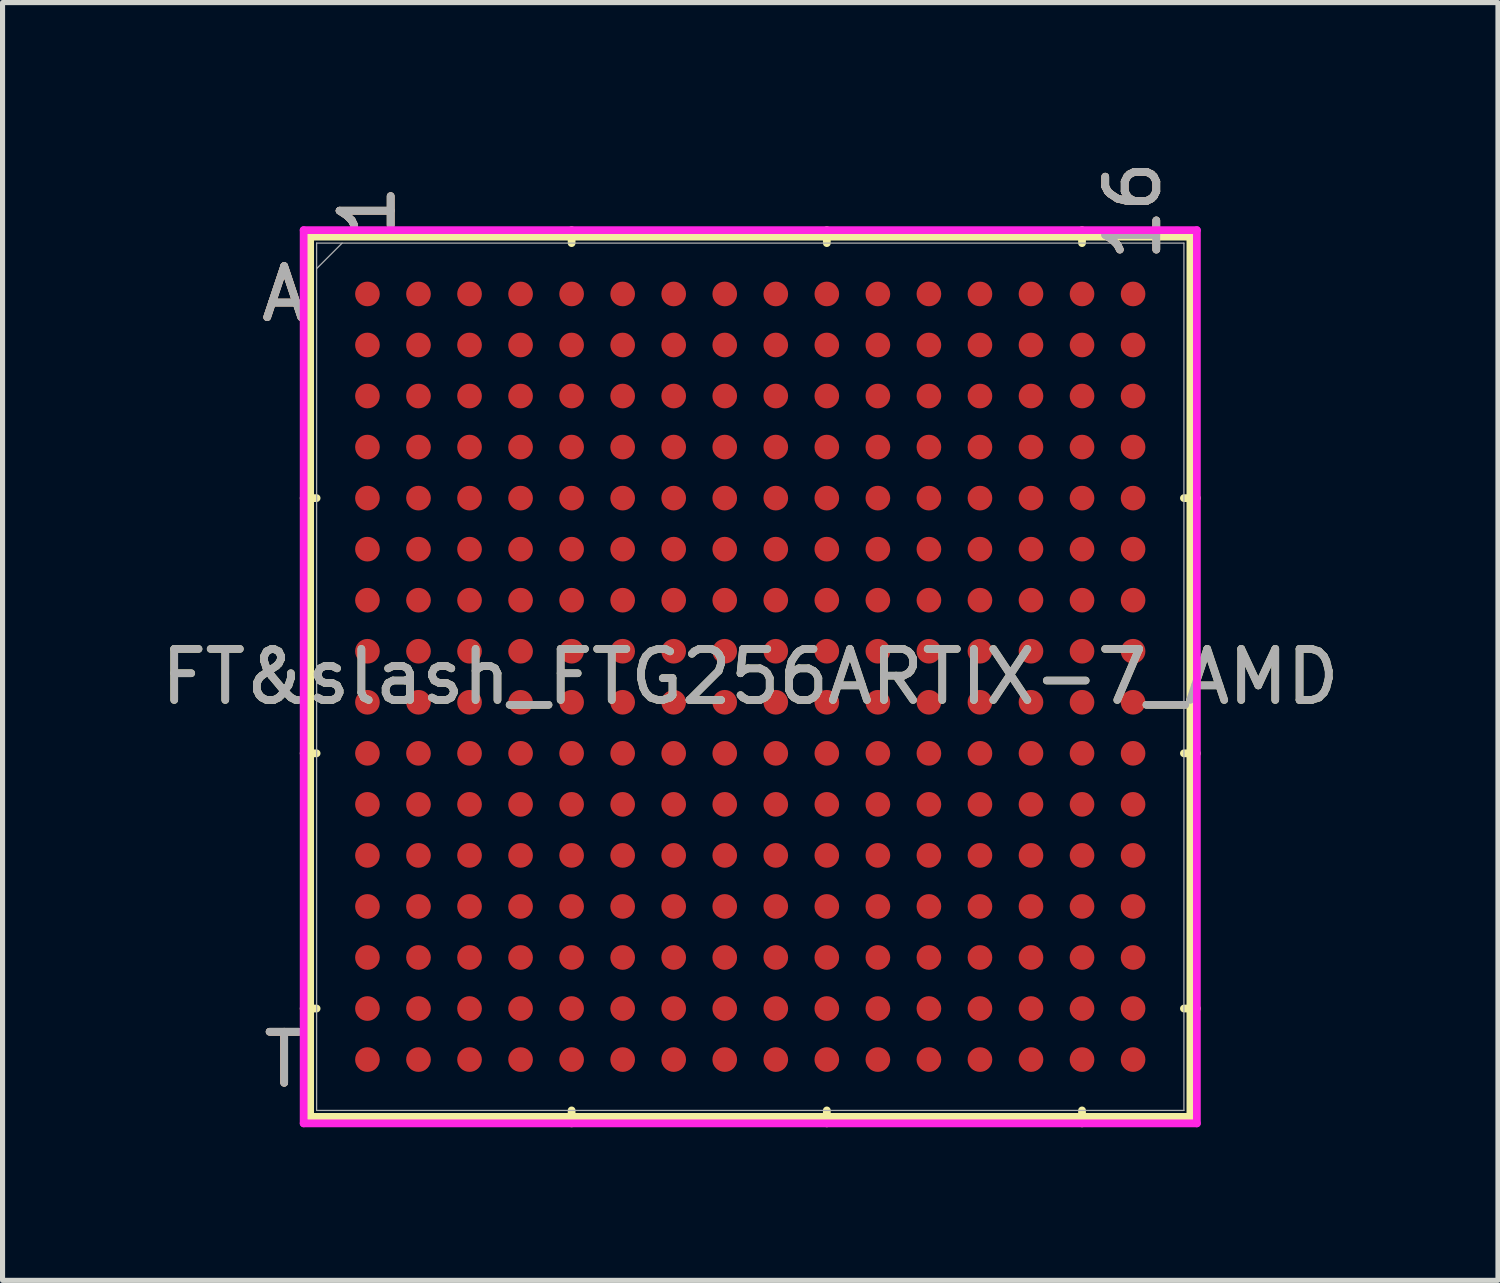
<source format=kicad_pcb>
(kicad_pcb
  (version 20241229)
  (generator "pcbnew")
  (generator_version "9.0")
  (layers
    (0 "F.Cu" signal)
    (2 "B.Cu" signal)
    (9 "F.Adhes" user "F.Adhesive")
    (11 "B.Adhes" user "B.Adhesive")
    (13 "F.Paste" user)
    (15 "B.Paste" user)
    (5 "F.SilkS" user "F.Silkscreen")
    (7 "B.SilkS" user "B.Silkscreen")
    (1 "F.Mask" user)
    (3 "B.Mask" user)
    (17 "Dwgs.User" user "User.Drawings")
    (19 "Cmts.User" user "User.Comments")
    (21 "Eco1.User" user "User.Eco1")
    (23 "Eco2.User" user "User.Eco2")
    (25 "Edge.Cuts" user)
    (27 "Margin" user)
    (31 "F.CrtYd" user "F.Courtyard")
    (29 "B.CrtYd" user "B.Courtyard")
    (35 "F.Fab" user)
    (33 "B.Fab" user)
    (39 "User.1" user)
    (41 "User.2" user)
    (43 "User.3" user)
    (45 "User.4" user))
  (footprint "FT&slash_FTG256ARTIX-7_AMD"
    (layer "F.Cu")
    (at 11.649 10.209)
    (property "Reference" "FT&slash_FTG256ARTIX-7_AMD" (at 0 0 0) (unlocked yes) (layer "F.SilkS") (effects (font (size 1 1) (thickness 0.15))))
    (attr smd)
    (fp_line (start -8.623 -8.623) (end -8.623 8.623) (stroke (width 0.152) (type solid)) (layer "F.SilkS"))
    (fp_line (start -8.623 8.623) (end 8.623 8.623) (stroke (width 0.152) (type solid)) (layer "F.SilkS"))
    (fp_line (start -8.496 -3.5) (end -8.75 -3.5) (stroke (width 0.152) (type solid)) (layer "F.SilkS"))
    (fp_line (start -8.496 1.5) (end -8.75 1.5) (stroke (width 0.152) (type solid)) (layer "F.SilkS"))
    (fp_line (start -8.496 6.5) (end -8.75 6.5) (stroke (width 0.152) (type solid)) (layer "F.SilkS"))
    (fp_line (start -3.5 -8.496) (end -3.5 -8.75) (stroke (width 0.152) (type solid)) (layer "F.SilkS"))
    (fp_line (start -3.5 8.496) (end -3.5 8.75) (stroke (width 0.152) (type solid)) (layer "F.SilkS"))
    (fp_line (start 1.5 -8.496) (end 1.5 -8.75) (stroke (width 0.152) (type solid)) (layer "F.SilkS"))
    (fp_line (start 1.5 8.496) (end 1.5 8.75) (stroke (width 0.152) (type solid)) (layer "F.SilkS"))
    (fp_line (start 6.5 -8.496) (end 6.5 -8.75) (stroke (width 0.152) (type solid)) (layer "F.SilkS"))
    (fp_line (start 6.5 8.496) (end 6.5 8.75) (stroke (width 0.152) (type solid)) (layer "F.SilkS"))
    (fp_line (start 8.496 -3.5) (end 8.75 -3.5) (stroke (width 0.152) (type solid)) (layer "F.SilkS"))
    (fp_line (start 8.496 1.5) (end 8.75 1.5) (stroke (width 0.152) (type solid)) (layer "F.SilkS"))
    (fp_line (start 8.496 6.5) (end 8.75 6.5) (stroke (width 0.152) (type solid)) (layer "F.SilkS"))
    (fp_line (start 8.623 -8.623) (end -8.623 -8.623) (stroke (width 0.152) (type solid)) (layer "F.SilkS"))
    (fp_line (start 8.623 8.623) (end 8.623 -8.623) (stroke (width 0.152) (type solid)) (layer "F.SilkS"))
    (fp_poly (pts (xy -8.508 -8.508) (xy 8.508 -8.508) (xy 8.508 8.508) (xy -8.508 8.508)) (stroke (width 0.1) (type solid)) (fill no) (layer "Eco2.User"))
    (fp_line (start -8.75 -8.75) (end 8.75 -8.75) (stroke (width 0.152) (type solid)) (layer "F.CrtYd"))
    (fp_line (start -8.75 8.75) (end -8.75 -8.75) (stroke (width 0.152) (type solid)) (layer "F.CrtYd"))
    (fp_line (start 8.75 -8.75) (end 8.75 8.75) (stroke (width 0.152) (type solid)) (layer "F.CrtYd"))
    (fp_line (start 8.75 8.75) (end -8.75 8.75) (stroke (width 0.152) (type solid)) (layer "F.CrtYd"))
    (fp_line (start -8.496 -8.496) (end -8.496 8.496) (stroke (width 0.025) (type solid)) (layer "F.Fab"))
    (fp_line (start -8.496 8.496) (end 8.496 8.496) (stroke (width 0.025) (type solid)) (layer "F.Fab"))
    (fp_line (start -7.996 -8.496) (end -8.496 -7.996) (stroke (width 0.025) (type solid)) (layer "F.Fab"))
    (fp_line (start 8.496 -8.496) (end -8.496 -8.496) (stroke (width 0.025) (type solid)) (layer "F.Fab"))
    (fp_line (start 8.496 8.496) (end 8.496 -8.496) (stroke (width 0.025) (type solid)) (layer "F.Fab"))
    (fp_text user "A" (at -9.131 -7.5 0) (unlocked yes) (layer "F.SilkS") (effects (font (size 1 1) (thickness 0.15))))
    (fp_text user "1" (at -7.5 -9.131 90) (unlocked yes) (layer "F.SilkS") (effects (font (size 1 1) (thickness 0.15))))
    (fp_text user "T" (at -9.131 7.5 0) (unlocked yes) (layer "F.SilkS") (effects (font (size 1 1) (thickness 0.15))))
    (fp_text user "16" (at 7.5 -9.131 90) (unlocked yes) (layer "F.SilkS") (effects (font (size 1 1) (thickness 0.15))))
    (fp_text user "1" (at -7.5 -9.131 90) (unlocked yes) (layer "B.SilkS") (effects (font (size 1 1) (thickness 0.15))))
    (fp_text user "16" (at 7.5 -9.131 90) (unlocked yes) (layer "B.SilkS") (effects (font (size 1 1) (thickness 0.15))))
    (fp_text user "T" (at -9.131 7.5 0) (unlocked yes) (layer "B.SilkS") (effects (font (size 1 1) (thickness 0.15))))
    (fp_text user "A" (at -9.131 -7.5 0) (unlocked yes) (layer "B.SilkS") (effects (font (size 1 1) (thickness 0.15))))
    (fp_text user "1" (at -7.5 -9.131 90) (unlocked yes) (layer "F.Fab") (effects (font (size 1 1) (thickness 0.15))))
    (fp_text user "16" (at 7.5 -9.131 90) (unlocked yes) (layer "F.Fab") (effects (font (size 1 1) (thickness 0.15))))
    (fp_text user "${REFERENCE}" (at 0 0 0) (unlocked yes) (layer "F.Fab") (effects (font (size 1 1) (thickness 0.15))))
    (fp_text user "T" (at -9.131 7.5 0) (unlocked yes) (layer "F.Fab") (effects (font (size 1 1) (thickness 0.15))))
    (fp_text user "A" (at -9.131 -7.5 0) (unlocked yes) (layer "F.Fab") (effects (font (size 1 1) (thickness 0.15))))
    (pad "A1" smd circle (at -7.5 -7.5) (size 0.483 0.483) (layers "F.Cu" "F.Mask" "F.Paste"))
    (pad "A2" smd circle (at -6.5 -7.5) (size 0.483 0.483) (layers "F.Cu" "F.Mask" "F.Paste"))
    (pad "A3" smd circle (at -5.5 -7.5) (size 0.483 0.483) (layers "F.Cu" "F.Mask" "F.Paste"))
    (pad "A4" smd circle (at -4.5 -7.5) (size 0.483 0.483) (layers "F.Cu" "F.Mask" "F.Paste"))
    (pad "A5" smd circle (at -3.5 -7.5) (size 0.483 0.483) (layers "F.Cu" "F.Mask" "F.Paste"))
    (pad "A6" smd circle (at -2.5 -7.5) (size 0.483 0.483) (layers "F.Cu" "F.Mask" "F.Paste"))
    (pad "A7" smd circle (at -1.5 -7.5) (size 0.483 0.483) (layers "F.Cu" "F.Mask" "F.Paste"))
    (pad "A8" smd circle (at -0.5 -7.5) (size 0.483 0.483) (layers "F.Cu" "F.Mask" "F.Paste"))
    (pad "A9" smd circle (at 0.5 -7.5) (size 0.483 0.483) (layers "F.Cu" "F.Mask" "F.Paste"))
    (pad "A10" smd circle (at 1.5 -7.5) (size 0.483 0.483) (layers "F.Cu" "F.Mask" "F.Paste"))
    (pad "A11" smd circle (at 2.5 -7.5) (size 0.483 0.483) (layers "F.Cu" "F.Mask" "F.Paste"))
    (pad "A12" smd circle (at 3.5 -7.5) (size 0.483 0.483) (layers "F.Cu" "F.Mask" "F.Paste"))
    (pad "A13" smd circle (at 4.5 -7.5) (size 0.483 0.483) (layers "F.Cu" "F.Mask" "F.Paste"))
    (pad "A14" smd circle (at 5.5 -7.5) (size 0.483 0.483) (layers "F.Cu" "F.Mask" "F.Paste"))
    (pad "A15" smd circle (at 6.5 -7.5) (size 0.483 0.483) (layers "F.Cu" "F.Mask" "F.Paste"))
    (pad "A16" smd circle (at 7.5 -7.5) (size 0.483 0.483) (layers "F.Cu" "F.Mask" "F.Paste"))
    (pad "B1" smd circle (at -7.5 -6.5) (size 0.483 0.483) (layers "F.Cu" "F.Mask" "F.Paste"))
    (pad "B2" smd circle (at -6.5 -6.5) (size 0.483 0.483) (layers "F.Cu" "F.Mask" "F.Paste"))
    (pad "B3" smd circle (at -5.5 -6.5) (size 0.483 0.483) (layers "F.Cu" "F.Mask" "F.Paste"))
    (pad "B4" smd circle (at -4.5 -6.5) (size 0.483 0.483) (layers "F.Cu" "F.Mask" "F.Paste"))
    (pad "B5" smd circle (at -3.5 -6.5) (size 0.483 0.483) (layers "F.Cu" "F.Mask" "F.Paste"))
    (pad "B6" smd circle (at -2.5 -6.5) (size 0.483 0.483) (layers "F.Cu" "F.Mask" "F.Paste"))
    (pad "B7" smd circle (at -1.5 -6.5) (size 0.483 0.483) (layers "F.Cu" "F.Mask" "F.Paste"))
    (pad "B8" smd circle (at -0.5 -6.5) (size 0.483 0.483) (layers "F.Cu" "F.Mask" "F.Paste"))
    (pad "B9" smd circle (at 0.5 -6.5) (size 0.483 0.483) (layers "F.Cu" "F.Mask" "F.Paste"))
    (pad "B10" smd circle (at 1.5 -6.5) (size 0.483 0.483) (layers "F.Cu" "F.Mask" "F.Paste"))
    (pad "B11" smd circle (at 2.5 -6.5) (size 0.483 0.483) (layers "F.Cu" "F.Mask" "F.Paste"))
    (pad "B12" smd circle (at 3.5 -6.5) (size 0.483 0.483) (layers "F.Cu" "F.Mask" "F.Paste"))
    (pad "B13" smd circle (at 4.5 -6.5) (size 0.483 0.483) (layers "F.Cu" "F.Mask" "F.Paste"))
    (pad "B14" smd circle (at 5.5 -6.5) (size 0.483 0.483) (layers "F.Cu" "F.Mask" "F.Paste"))
    (pad "B15" smd circle (at 6.5 -6.5) (size 0.483 0.483) (layers "F.Cu" "F.Mask" "F.Paste"))
    (pad "B16" smd circle (at 7.5 -6.5) (size 0.483 0.483) (layers "F.Cu" "F.Mask" "F.Paste"))
    (pad "C1" smd circle (at -7.5 -5.5) (size 0.483 0.483) (layers "F.Cu" "F.Mask" "F.Paste"))
    (pad "C2" smd circle (at -6.5 -5.5) (size 0.483 0.483) (layers "F.Cu" "F.Mask" "F.Paste"))
    (pad "C3" smd circle (at -5.5 -5.5) (size 0.483 0.483) (layers "F.Cu" "F.Mask" "F.Paste"))
    (pad "C4" smd circle (at -4.5 -5.5) (size 0.483 0.483) (layers "F.Cu" "F.Mask" "F.Paste"))
    (pad "C5" smd circle (at -3.5 -5.5) (size 0.483 0.483) (layers "F.Cu" "F.Mask" "F.Paste"))
    (pad "C6" smd circle (at -2.5 -5.5) (size 0.483 0.483) (layers "F.Cu" "F.Mask" "F.Paste"))
    (pad "C7" smd circle (at -1.5 -5.5) (size 0.483 0.483) (layers "F.Cu" "F.Mask" "F.Paste"))
    (pad "C8" smd circle (at -0.5 -5.5) (size 0.483 0.483) (layers "F.Cu" "F.Mask" "F.Paste"))
    (pad "C9" smd circle (at 0.5 -5.5) (size 0.483 0.483) (layers "F.Cu" "F.Mask" "F.Paste"))
    (pad "C10" smd circle (at 1.5 -5.5) (size 0.483 0.483) (layers "F.Cu" "F.Mask" "F.Paste"))
    (pad "C11" smd circle (at 2.5 -5.5) (size 0.483 0.483) (layers "F.Cu" "F.Mask" "F.Paste"))
    (pad "C12" smd circle (at 3.5 -5.5) (size 0.483 0.483) (layers "F.Cu" "F.Mask" "F.Paste"))
    (pad "C13" smd circle (at 4.5 -5.5) (size 0.483 0.483) (layers "F.Cu" "F.Mask" "F.Paste"))
    (pad "C14" smd circle (at 5.5 -5.5) (size 0.483 0.483) (layers "F.Cu" "F.Mask" "F.Paste"))
    (pad "C15" smd circle (at 6.5 -5.5) (size 0.483 0.483) (layers "F.Cu" "F.Mask" "F.Paste"))
    (pad "C16" smd circle (at 7.5 -5.5) (size 0.483 0.483) (layers "F.Cu" "F.Mask" "F.Paste"))
    (pad "D1" smd circle (at -7.5 -4.5) (size 0.483 0.483) (layers "F.Cu" "F.Mask" "F.Paste"))
    (pad "D2" smd circle (at -6.5 -4.5) (size 0.483 0.483) (layers "F.Cu" "F.Mask" "F.Paste"))
    (pad "D3" smd circle (at -5.5 -4.5) (size 0.483 0.483) (layers "F.Cu" "F.Mask" "F.Paste"))
    (pad "D4" smd circle (at -4.5 -4.5) (size 0.483 0.483) (layers "F.Cu" "F.Mask" "F.Paste"))
    (pad "D5" smd circle (at -3.5 -4.5) (size 0.483 0.483) (layers "F.Cu" "F.Mask" "F.Paste"))
    (pad "D6" smd circle (at -2.5 -4.5) (size 0.483 0.483) (layers "F.Cu" "F.Mask" "F.Paste"))
    (pad "D7" smd circle (at -1.5 -4.5) (size 0.483 0.483) (layers "F.Cu" "F.Mask" "F.Paste"))
    (pad "D8" smd circle (at -0.5 -4.5) (size 0.483 0.483) (layers "F.Cu" "F.Mask" "F.Paste"))
    (pad "D9" smd circle (at 0.5 -4.5) (size 0.483 0.483) (layers "F.Cu" "F.Mask" "F.Paste"))
    (pad "D10" smd circle (at 1.5 -4.5) (size 0.483 0.483) (layers "F.Cu" "F.Mask" "F.Paste"))
    (pad "D11" smd circle (at 2.5 -4.5) (size 0.483 0.483) (layers "F.Cu" "F.Mask" "F.Paste"))
    (pad "D12" smd circle (at 3.5 -4.5) (size 0.483 0.483) (layers "F.Cu" "F.Mask" "F.Paste"))
    (pad "D13" smd circle (at 4.5 -4.5) (size 0.483 0.483) (layers "F.Cu" "F.Mask" "F.Paste"))
    (pad "D14" smd circle (at 5.5 -4.5) (size 0.483 0.483) (layers "F.Cu" "F.Mask" "F.Paste"))
    (pad "D15" smd circle (at 6.5 -4.5) (size 0.483 0.483) (layers "F.Cu" "F.Mask" "F.Paste"))
    (pad "D16" smd circle (at 7.5 -4.5) (size 0.483 0.483) (layers "F.Cu" "F.Mask" "F.Paste"))
    (pad "E1" smd circle (at -7.5 -3.5) (size 0.483 0.483) (layers "F.Cu" "F.Mask" "F.Paste"))
    (pad "E2" smd circle (at -6.5 -3.5) (size 0.483 0.483) (layers "F.Cu" "F.Mask" "F.Paste"))
    (pad "E3" smd circle (at -5.5 -3.5) (size 0.483 0.483) (layers "F.Cu" "F.Mask" "F.Paste"))
    (pad "E4" smd circle (at -4.5 -3.5) (size 0.483 0.483) (layers "F.Cu" "F.Mask" "F.Paste"))
    (pad "E5" smd circle (at -3.5 -3.5) (size 0.483 0.483) (layers "F.Cu" "F.Mask" "F.Paste"))
    (pad "E6" smd circle (at -2.5 -3.5) (size 0.483 0.483) (layers "F.Cu" "F.Mask" "F.Paste"))
    (pad "E7" smd circle (at -1.5 -3.5) (size 0.483 0.483) (layers "F.Cu" "F.Mask" "F.Paste"))
    (pad "E8" smd circle (at -0.5 -3.5) (size 0.483 0.483) (layers "F.Cu" "F.Mask" "F.Paste"))
    (pad "E9" smd circle (at 0.5 -3.5) (size 0.483 0.483) (layers "F.Cu" "F.Mask" "F.Paste"))
    (pad "E10" smd circle (at 1.5 -3.5) (size 0.483 0.483) (layers "F.Cu" "F.Mask" "F.Paste"))
    (pad "E11" smd circle (at 2.5 -3.5) (size 0.483 0.483) (layers "F.Cu" "F.Mask" "F.Paste"))
    (pad "E12" smd circle (at 3.5 -3.5) (size 0.483 0.483) (layers "F.Cu" "F.Mask" "F.Paste"))
    (pad "E13" smd circle (at 4.5 -3.5) (size 0.483 0.483) (layers "F.Cu" "F.Mask" "F.Paste"))
    (pad "E14" smd circle (at 5.5 -3.5) (size 0.483 0.483) (layers "F.Cu" "F.Mask" "F.Paste"))
    (pad "E15" smd circle (at 6.5 -3.5) (size 0.483 0.483) (layers "F.Cu" "F.Mask" "F.Paste"))
    (pad "E16" smd circle (at 7.5 -3.5) (size 0.483 0.483) (layers "F.Cu" "F.Mask" "F.Paste"))
    (pad "F1" smd circle (at -7.5 -2.5) (size 0.483 0.483) (layers "F.Cu" "F.Mask" "F.Paste"))
    (pad "F2" smd circle (at -6.5 -2.5) (size 0.483 0.483) (layers "F.Cu" "F.Mask" "F.Paste"))
    (pad "F3" smd circle (at -5.5 -2.5) (size 0.483 0.483) (layers "F.Cu" "F.Mask" "F.Paste"))
    (pad "F4" smd circle (at -4.5 -2.5) (size 0.483 0.483) (layers "F.Cu" "F.Mask" "F.Paste"))
    (pad "F5" smd circle (at -3.5 -2.5) (size 0.483 0.483) (layers "F.Cu" "F.Mask" "F.Paste"))
    (pad "F6" smd circle (at -2.5 -2.5) (size 0.483 0.483) (layers "F.Cu" "F.Mask" "F.Paste"))
    (pad "F7" smd circle (at -1.5 -2.5) (size 0.483 0.483) (layers "F.Cu" "F.Mask" "F.Paste"))
    (pad "F8" smd circle (at -0.5 -2.5) (size 0.483 0.483) (layers "F.Cu" "F.Mask" "F.Paste"))
    (pad "F9" smd circle (at 0.5 -2.5) (size 0.483 0.483) (layers "F.Cu" "F.Mask" "F.Paste"))
    (pad "F10" smd circle (at 1.5 -2.5) (size 0.483 0.483) (layers "F.Cu" "F.Mask" "F.Paste"))
    (pad "F11" smd circle (at 2.5 -2.5) (size 0.483 0.483) (layers "F.Cu" "F.Mask" "F.Paste"))
    (pad "F12" smd circle (at 3.5 -2.5) (size 0.483 0.483) (layers "F.Cu" "F.Mask" "F.Paste"))
    (pad "F13" smd circle (at 4.5 -2.5) (size 0.483 0.483) (layers "F.Cu" "F.Mask" "F.Paste"))
    (pad "F14" smd circle (at 5.5 -2.5) (size 0.483 0.483) (layers "F.Cu" "F.Mask" "F.Paste"))
    (pad "F15" smd circle (at 6.5 -2.5) (size 0.483 0.483) (layers "F.Cu" "F.Mask" "F.Paste"))
    (pad "F16" smd circle (at 7.5 -2.5) (size 0.483 0.483) (layers "F.Cu" "F.Mask" "F.Paste"))
    (pad "G1" smd circle (at -7.5 -1.5) (size 0.483 0.483) (layers "F.Cu" "F.Mask" "F.Paste"))
    (pad "G2" smd circle (at -6.5 -1.5) (size 0.483 0.483) (layers "F.Cu" "F.Mask" "F.Paste"))
    (pad "G3" smd circle (at -5.5 -1.5) (size 0.483 0.483) (layers "F.Cu" "F.Mask" "F.Paste"))
    (pad "G4" smd circle (at -4.5 -1.5) (size 0.483 0.483) (layers "F.Cu" "F.Mask" "F.Paste"))
    (pad "G5" smd circle (at -3.5 -1.5) (size 0.483 0.483) (layers "F.Cu" "F.Mask" "F.Paste"))
    (pad "G6" smd circle (at -2.5 -1.5) (size 0.483 0.483) (layers "F.Cu" "F.Mask" "F.Paste"))
    (pad "G7" smd circle (at -1.5 -1.5) (size 0.483 0.483) (layers "F.Cu" "F.Mask" "F.Paste"))
    (pad "G8" smd circle (at -0.5 -1.5) (size 0.483 0.483) (layers "F.Cu" "F.Mask" "F.Paste"))
    (pad "G9" smd circle (at 0.5 -1.5) (size 0.483 0.483) (layers "F.Cu" "F.Mask" "F.Paste"))
    (pad "G10" smd circle (at 1.5 -1.5) (size 0.483 0.483) (layers "F.Cu" "F.Mask" "F.Paste"))
    (pad "G11" smd circle (at 2.5 -1.5) (size 0.483 0.483) (layers "F.Cu" "F.Mask" "F.Paste"))
    (pad "G12" smd circle (at 3.5 -1.5) (size 0.483 0.483) (layers "F.Cu" "F.Mask" "F.Paste"))
    (pad "G13" smd circle (at 4.5 -1.5) (size 0.483 0.483) (layers "F.Cu" "F.Mask" "F.Paste"))
    (pad "G14" smd circle (at 5.5 -1.5) (size 0.483 0.483) (layers "F.Cu" "F.Mask" "F.Paste"))
    (pad "G15" smd circle (at 6.5 -1.5) (size 0.483 0.483) (layers "F.Cu" "F.Mask" "F.Paste"))
    (pad "G16" smd circle (at 7.5 -1.5) (size 0.483 0.483) (layers "F.Cu" "F.Mask" "F.Paste"))
    (pad "H1" smd circle (at -7.5 -0.5) (size 0.483 0.483) (layers "F.Cu" "F.Mask" "F.Paste"))
    (pad "H2" smd circle (at -6.5 -0.5) (size 0.483 0.483) (layers "F.Cu" "F.Mask" "F.Paste"))
    (pad "H3" smd circle (at -5.5 -0.5) (size 0.483 0.483) (layers "F.Cu" "F.Mask" "F.Paste"))
    (pad "H4" smd circle (at -4.5 -0.5) (size 0.483 0.483) (layers "F.Cu" "F.Mask" "F.Paste"))
    (pad "H5" smd circle (at -3.5 -0.5) (size 0.483 0.483) (layers "F.Cu" "F.Mask" "F.Paste"))
    (pad "H6" smd circle (at -2.5 -0.5) (size 0.483 0.483) (layers "F.Cu" "F.Mask" "F.Paste"))
    (pad "H7" smd circle (at -1.5 -0.5) (size 0.483 0.483) (layers "F.Cu" "F.Mask" "F.Paste"))
    (pad "H8" smd circle (at -0.5 -0.5) (size 0.483 0.483) (layers "F.Cu" "F.Mask" "F.Paste"))
    (pad "H9" smd circle (at 0.5 -0.5) (size 0.483 0.483) (layers "F.Cu" "F.Mask" "F.Paste"))
    (pad "H10" smd circle (at 1.5 -0.5) (size 0.483 0.483) (layers "F.Cu" "F.Mask" "F.Paste"))
    (pad "H11" smd circle (at 2.5 -0.5) (size 0.483 0.483) (layers "F.Cu" "F.Mask" "F.Paste"))
    (pad "H12" smd circle (at 3.5 -0.5) (size 0.483 0.483) (layers "F.Cu" "F.Mask" "F.Paste"))
    (pad "H13" smd circle (at 4.5 -0.5) (size 0.483 0.483) (layers "F.Cu" "F.Mask" "F.Paste"))
    (pad "H14" smd circle (at 5.5 -0.5) (size 0.483 0.483) (layers "F.Cu" "F.Mask" "F.Paste"))
    (pad "H15" smd circle (at 6.5 -0.5) (size 0.483 0.483) (layers "F.Cu" "F.Mask" "F.Paste"))
    (pad "H16" smd circle (at 7.5 -0.5) (size 0.483 0.483) (layers "F.Cu" "F.Mask" "F.Paste"))
    (pad "J1" smd circle (at -7.5 0.5) (size 0.483 0.483) (layers "F.Cu" "F.Mask" "F.Paste"))
    (pad "J2" smd circle (at -6.5 0.5) (size 0.483 0.483) (layers "F.Cu" "F.Mask" "F.Paste"))
    (pad "J3" smd circle (at -5.5 0.5) (size 0.483 0.483) (layers "F.Cu" "F.Mask" "F.Paste"))
    (pad "J4" smd circle (at -4.5 0.5) (size 0.483 0.483) (layers "F.Cu" "F.Mask" "F.Paste"))
    (pad "J5" smd circle (at -3.5 0.5) (size 0.483 0.483) (layers "F.Cu" "F.Mask" "F.Paste"))
    (pad "J6" smd circle (at -2.5 0.5) (size 0.483 0.483) (layers "F.Cu" "F.Mask" "F.Paste"))
    (pad "J7" smd circle (at -1.5 0.5) (size 0.483 0.483) (layers "F.Cu" "F.Mask" "F.Paste"))
    (pad "J8" smd circle (at -0.5 0.5) (size 0.483 0.483) (layers "F.Cu" "F.Mask" "F.Paste"))
    (pad "J9" smd circle (at 0.5 0.5) (size 0.483 0.483) (layers "F.Cu" "F.Mask" "F.Paste"))
    (pad "J10" smd circle (at 1.5 0.5) (size 0.483 0.483) (layers "F.Cu" "F.Mask" "F.Paste"))
    (pad "J11" smd circle (at 2.5 0.5) (size 0.483 0.483) (layers "F.Cu" "F.Mask" "F.Paste"))
    (pad "J12" smd circle (at 3.5 0.5) (size 0.483 0.483) (layers "F.Cu" "F.Mask" "F.Paste"))
    (pad "J13" smd circle (at 4.5 0.5) (size 0.483 0.483) (layers "F.Cu" "F.Mask" "F.Paste"))
    (pad "J14" smd circle (at 5.5 0.5) (size 0.483 0.483) (layers "F.Cu" "F.Mask" "F.Paste"))
    (pad "J15" smd circle (at 6.5 0.5) (size 0.483 0.483) (layers "F.Cu" "F.Mask" "F.Paste"))
    (pad "J16" smd circle (at 7.5 0.5) (size 0.483 0.483) (layers "F.Cu" "F.Mask" "F.Paste"))
    (pad "K1" smd circle (at -7.5 1.5) (size 0.483 0.483) (layers "F.Cu" "F.Mask" "F.Paste"))
    (pad "K2" smd circle (at -6.5 1.5) (size 0.483 0.483) (layers "F.Cu" "F.Mask" "F.Paste"))
    (pad "K3" smd circle (at -5.5 1.5) (size 0.483 0.483) (layers "F.Cu" "F.Mask" "F.Paste"))
    (pad "K4" smd circle (at -4.5 1.5) (size 0.483 0.483) (layers "F.Cu" "F.Mask" "F.Paste"))
    (pad "K5" smd circle (at -3.5 1.5) (size 0.483 0.483) (layers "F.Cu" "F.Mask" "F.Paste"))
    (pad "K6" smd circle (at -2.5 1.5) (size 0.483 0.483) (layers "F.Cu" "F.Mask" "F.Paste"))
    (pad "K7" smd circle (at -1.5 1.5) (size 0.483 0.483) (layers "F.Cu" "F.Mask" "F.Paste"))
    (pad "K8" smd circle (at -0.5 1.5) (size 0.483 0.483) (layers "F.Cu" "F.Mask" "F.Paste"))
    (pad "K9" smd circle (at 0.5 1.5) (size 0.483 0.483) (layers "F.Cu" "F.Mask" "F.Paste"))
    (pad "K10" smd circle (at 1.5 1.5) (size 0.483 0.483) (layers "F.Cu" "F.Mask" "F.Paste"))
    (pad "K11" smd circle (at 2.5 1.5) (size 0.483 0.483) (layers "F.Cu" "F.Mask" "F.Paste"))
    (pad "K12" smd circle (at 3.5 1.5) (size 0.483 0.483) (layers "F.Cu" "F.Mask" "F.Paste"))
    (pad "K13" smd circle (at 4.5 1.5) (size 0.483 0.483) (layers "F.Cu" "F.Mask" "F.Paste"))
    (pad "K14" smd circle (at 5.5 1.5) (size 0.483 0.483) (layers "F.Cu" "F.Mask" "F.Paste"))
    (pad "K15" smd circle (at 6.5 1.5) (size 0.483 0.483) (layers "F.Cu" "F.Mask" "F.Paste"))
    (pad "K16" smd circle (at 7.5 1.5) (size 0.483 0.483) (layers "F.Cu" "F.Mask" "F.Paste"))
    (pad "L1" smd circle (at -7.5 2.5) (size 0.483 0.483) (layers "F.Cu" "F.Mask" "F.Paste"))
    (pad "L2" smd circle (at -6.5 2.5) (size 0.483 0.483) (layers "F.Cu" "F.Mask" "F.Paste"))
    (pad "L3" smd circle (at -5.5 2.5) (size 0.483 0.483) (layers "F.Cu" "F.Mask" "F.Paste"))
    (pad "L4" smd circle (at -4.5 2.5) (size 0.483 0.483) (layers "F.Cu" "F.Mask" "F.Paste"))
    (pad "L5" smd circle (at -3.5 2.5) (size 0.483 0.483) (layers "F.Cu" "F.Mask" "F.Paste"))
    (pad "L6" smd circle (at -2.5 2.5) (size 0.483 0.483) (layers "F.Cu" "F.Mask" "F.Paste"))
    (pad "L7" smd circle (at -1.5 2.5) (size 0.483 0.483) (layers "F.Cu" "F.Mask" "F.Paste"))
    (pad "L8" smd circle (at -0.5 2.5) (size 0.483 0.483) (layers "F.Cu" "F.Mask" "F.Paste"))
    (pad "L9" smd circle (at 0.5 2.5) (size 0.483 0.483) (layers "F.Cu" "F.Mask" "F.Paste"))
    (pad "L10" smd circle (at 1.5 2.5) (size 0.483 0.483) (layers "F.Cu" "F.Mask" "F.Paste"))
    (pad "L11" smd circle (at 2.5 2.5) (size 0.483 0.483) (layers "F.Cu" "F.Mask" "F.Paste"))
    (pad "L12" smd circle (at 3.5 2.5) (size 0.483 0.483) (layers "F.Cu" "F.Mask" "F.Paste"))
    (pad "L13" smd circle (at 4.5 2.5) (size 0.483 0.483) (layers "F.Cu" "F.Mask" "F.Paste"))
    (pad "L14" smd circle (at 5.5 2.5) (size 0.483 0.483) (layers "F.Cu" "F.Mask" "F.Paste"))
    (pad "L15" smd circle (at 6.5 2.5) (size 0.483 0.483) (layers "F.Cu" "F.Mask" "F.Paste"))
    (pad "L16" smd circle (at 7.5 2.5) (size 0.483 0.483) (layers "F.Cu" "F.Mask" "F.Paste"))
    (pad "M1" smd circle (at -7.5 3.5) (size 0.483 0.483) (layers "F.Cu" "F.Mask" "F.Paste"))
    (pad "M2" smd circle (at -6.5 3.5) (size 0.483 0.483) (layers "F.Cu" "F.Mask" "F.Paste"))
    (pad "M3" smd circle (at -5.5 3.5) (size 0.483 0.483) (layers "F.Cu" "F.Mask" "F.Paste"))
    (pad "M4" smd circle (at -4.5 3.5) (size 0.483 0.483) (layers "F.Cu" "F.Mask" "F.Paste"))
    (pad "M5" smd circle (at -3.5 3.5) (size 0.483 0.483) (layers "F.Cu" "F.Mask" "F.Paste"))
    (pad "M6" smd circle (at -2.5 3.5) (size 0.483 0.483) (layers "F.Cu" "F.Mask" "F.Paste"))
    (pad "M7" smd circle (at -1.5 3.5) (size 0.483 0.483) (layers "F.Cu" "F.Mask" "F.Paste"))
    (pad "M8" smd circle (at -0.5 3.5) (size 0.483 0.483) (layers "F.Cu" "F.Mask" "F.Paste"))
    (pad "M9" smd circle (at 0.5 3.5) (size 0.483 0.483) (layers "F.Cu" "F.Mask" "F.Paste"))
    (pad "M10" smd circle (at 1.5 3.5) (size 0.483 0.483) (layers "F.Cu" "F.Mask" "F.Paste"))
    (pad "M11" smd circle (at 2.5 3.5) (size 0.483 0.483) (layers "F.Cu" "F.Mask" "F.Paste"))
    (pad "M12" smd circle (at 3.5 3.5) (size 0.483 0.483) (layers "F.Cu" "F.Mask" "F.Paste"))
    (pad "M13" smd circle (at 4.5 3.5) (size 0.483 0.483) (layers "F.Cu" "F.Mask" "F.Paste"))
    (pad "M14" smd circle (at 5.5 3.5) (size 0.483 0.483) (layers "F.Cu" "F.Mask" "F.Paste"))
    (pad "M15" smd circle (at 6.5 3.5) (size 0.483 0.483) (layers "F.Cu" "F.Mask" "F.Paste"))
    (pad "M16" smd circle (at 7.5 3.5) (size 0.483 0.483) (layers "F.Cu" "F.Mask" "F.Paste"))
    (pad "N1" smd circle (at -7.5 4.5) (size 0.483 0.483) (layers "F.Cu" "F.Mask" "F.Paste"))
    (pad "N2" smd circle (at -6.5 4.5) (size 0.483 0.483) (layers "F.Cu" "F.Mask" "F.Paste"))
    (pad "N3" smd circle (at -5.5 4.5) (size 0.483 0.483) (layers "F.Cu" "F.Mask" "F.Paste"))
    (pad "N4" smd circle (at -4.5 4.5) (size 0.483 0.483) (layers "F.Cu" "F.Mask" "F.Paste"))
    (pad "N5" smd circle (at -3.5 4.5) (size 0.483 0.483) (layers "F.Cu" "F.Mask" "F.Paste"))
    (pad "N6" smd circle (at -2.5 4.5) (size 0.483 0.483) (layers "F.Cu" "F.Mask" "F.Paste"))
    (pad "N7" smd circle (at -1.5 4.5) (size 0.483 0.483) (layers "F.Cu" "F.Mask" "F.Paste"))
    (pad "N8" smd circle (at -0.5 4.5) (size 0.483 0.483) (layers "F.Cu" "F.Mask" "F.Paste"))
    (pad "N9" smd circle (at 0.5 4.5) (size 0.483 0.483) (layers "F.Cu" "F.Mask" "F.Paste"))
    (pad "N10" smd circle (at 1.5 4.5) (size 0.483 0.483) (layers "F.Cu" "F.Mask" "F.Paste"))
    (pad "N11" smd circle (at 2.5 4.5) (size 0.483 0.483) (layers "F.Cu" "F.Mask" "F.Paste"))
    (pad "N12" smd circle (at 3.5 4.5) (size 0.483 0.483) (layers "F.Cu" "F.Mask" "F.Paste"))
    (pad "N13" smd circle (at 4.5 4.5) (size 0.483 0.483) (layers "F.Cu" "F.Mask" "F.Paste"))
    (pad "N14" smd circle (at 5.5 4.5) (size 0.483 0.483) (layers "F.Cu" "F.Mask" "F.Paste"))
    (pad "N15" smd circle (at 6.5 4.5) (size 0.483 0.483) (layers "F.Cu" "F.Mask" "F.Paste"))
    (pad "N16" smd circle (at 7.5 4.5) (size 0.483 0.483) (layers "F.Cu" "F.Mask" "F.Paste"))
    (pad "P1" smd circle (at -7.5 5.5) (size 0.483 0.483) (layers "F.Cu" "F.Mask" "F.Paste"))
    (pad "P2" smd circle (at -6.5 5.5) (size 0.483 0.483) (layers "F.Cu" "F.Mask" "F.Paste"))
    (pad "P3" smd circle (at -5.5 5.5) (size 0.483 0.483) (layers "F.Cu" "F.Mask" "F.Paste"))
    (pad "P4" smd circle (at -4.5 5.5) (size 0.483 0.483) (layers "F.Cu" "F.Mask" "F.Paste"))
    (pad "P5" smd circle (at -3.5 5.5) (size 0.483 0.483) (layers "F.Cu" "F.Mask" "F.Paste"))
    (pad "P6" smd circle (at -2.5 5.5) (size 0.483 0.483) (layers "F.Cu" "F.Mask" "F.Paste"))
    (pad "P7" smd circle (at -1.5 5.5) (size 0.483 0.483) (layers "F.Cu" "F.Mask" "F.Paste"))
    (pad "P8" smd circle (at -0.5 5.5) (size 0.483 0.483) (layers "F.Cu" "F.Mask" "F.Paste"))
    (pad "P9" smd circle (at 0.5 5.5) (size 0.483 0.483) (layers "F.Cu" "F.Mask" "F.Paste"))
    (pad "P10" smd circle (at 1.5 5.5) (size 0.483 0.483) (layers "F.Cu" "F.Mask" "F.Paste"))
    (pad "P11" smd circle (at 2.5 5.5) (size 0.483 0.483) (layers "F.Cu" "F.Mask" "F.Paste"))
    (pad "P12" smd circle (at 3.5 5.5) (size 0.483 0.483) (layers "F.Cu" "F.Mask" "F.Paste"))
    (pad "P13" smd circle (at 4.5 5.5) (size 0.483 0.483) (layers "F.Cu" "F.Mask" "F.Paste"))
    (pad "P14" smd circle (at 5.5 5.5) (size 0.483 0.483) (layers "F.Cu" "F.Mask" "F.Paste"))
    (pad "P15" smd circle (at 6.5 5.5) (size 0.483 0.483) (layers "F.Cu" "F.Mask" "F.Paste"))
    (pad "P16" smd circle (at 7.5 5.5) (size 0.483 0.483) (layers "F.Cu" "F.Mask" "F.Paste"))
    (pad "R1" smd circle (at -7.5 6.5) (size 0.483 0.483) (layers "F.Cu" "F.Mask" "F.Paste"))
    (pad "R2" smd circle (at -6.5 6.5) (size 0.483 0.483) (layers "F.Cu" "F.Mask" "F.Paste"))
    (pad "R3" smd circle (at -5.5 6.5) (size 0.483 0.483) (layers "F.Cu" "F.Mask" "F.Paste"))
    (pad "R4" smd circle (at -4.5 6.5) (size 0.483 0.483) (layers "F.Cu" "F.Mask" "F.Paste"))
    (pad "R5" smd circle (at -3.5 6.5) (size 0.483 0.483) (layers "F.Cu" "F.Mask" "F.Paste"))
    (pad "R6" smd circle (at -2.5 6.5) (size 0.483 0.483) (layers "F.Cu" "F.Mask" "F.Paste"))
    (pad "R7" smd circle (at -1.5 6.5) (size 0.483 0.483) (layers "F.Cu" "F.Mask" "F.Paste"))
    (pad "R8" smd circle (at -0.5 6.5) (size 0.483 0.483) (layers "F.Cu" "F.Mask" "F.Paste"))
    (pad "R9" smd circle (at 0.5 6.5) (size 0.483 0.483) (layers "F.Cu" "F.Mask" "F.Paste"))
    (pad "R10" smd circle (at 1.5 6.5) (size 0.483 0.483) (layers "F.Cu" "F.Mask" "F.Paste"))
    (pad "R11" smd circle (at 2.5 6.5) (size 0.483 0.483) (layers "F.Cu" "F.Mask" "F.Paste"))
    (pad "R12" smd circle (at 3.5 6.5) (size 0.483 0.483) (layers "F.Cu" "F.Mask" "F.Paste"))
    (pad "R13" smd circle (at 4.5 6.5) (size 0.483 0.483) (layers "F.Cu" "F.Mask" "F.Paste"))
    (pad "R14" smd circle (at 5.5 6.5) (size 0.483 0.483) (layers "F.Cu" "F.Mask" "F.Paste"))
    (pad "R15" smd circle (at 6.5 6.5) (size 0.483 0.483) (layers "F.Cu" "F.Mask" "F.Paste"))
    (pad "R16" smd circle (at 7.5 6.5) (size 0.483 0.483) (layers "F.Cu" "F.Mask" "F.Paste"))
    (pad "T1" smd circle (at -7.5 7.5) (size 0.483 0.483) (layers "F.Cu" "F.Mask" "F.Paste"))
    (pad "T2" smd circle (at -6.5 7.5) (size 0.483 0.483) (layers "F.Cu" "F.Mask" "F.Paste"))
    (pad "T3" smd circle (at -5.5 7.5) (size 0.483 0.483) (layers "F.Cu" "F.Mask" "F.Paste"))
    (pad "T4" smd circle (at -4.5 7.5) (size 0.483 0.483) (layers "F.Cu" "F.Mask" "F.Paste"))
    (pad "T5" smd circle (at -3.5 7.5) (size 0.483 0.483) (layers "F.Cu" "F.Mask" "F.Paste"))
    (pad "T6" smd circle (at -2.5 7.5) (size 0.483 0.483) (layers "F.Cu" "F.Mask" "F.Paste"))
    (pad "T7" smd circle (at -1.5 7.5) (size 0.483 0.483) (layers "F.Cu" "F.Mask" "F.Paste"))
    (pad "T8" smd circle (at -0.5 7.5) (size 0.483 0.483) (layers "F.Cu" "F.Mask" "F.Paste"))
    (pad "T9" smd circle (at 0.5 7.5) (size 0.483 0.483) (layers "F.Cu" "F.Mask" "F.Paste"))
    (pad "T10" smd circle (at 1.5 7.5) (size 0.483 0.483) (layers "F.Cu" "F.Mask" "F.Paste"))
    (pad "T11" smd circle (at 2.5 7.5) (size 0.483 0.483) (layers "F.Cu" "F.Mask" "F.Paste"))
    (pad "T12" smd circle (at 3.5 7.5) (size 0.483 0.483) (layers "F.Cu" "F.Mask" "F.Paste"))
    (pad "T13" smd circle (at 4.5 7.5) (size 0.483 0.483) (layers "F.Cu" "F.Mask" "F.Paste"))
    (pad "T14" smd circle (at 5.5 7.5) (size 0.483 0.483) (layers "F.Cu" "F.Mask" "F.Paste"))
    (pad "T15" smd circle (at 6.5 7.5) (size 0.483 0.483) (layers "F.Cu" "F.Mask" "F.Paste"))
    (pad "T16" smd circle (at 7.5 7.5) (size 0.483 0.483) (layers "F.Cu" "F.Mask" "F.Paste")))
  (gr_rect
    (start -3 -3)
    (end 26.298 22.035)
    (stroke (width 0.1) (type default))
    (fill no)
    (layer "Edge.Cuts")))
</source>
